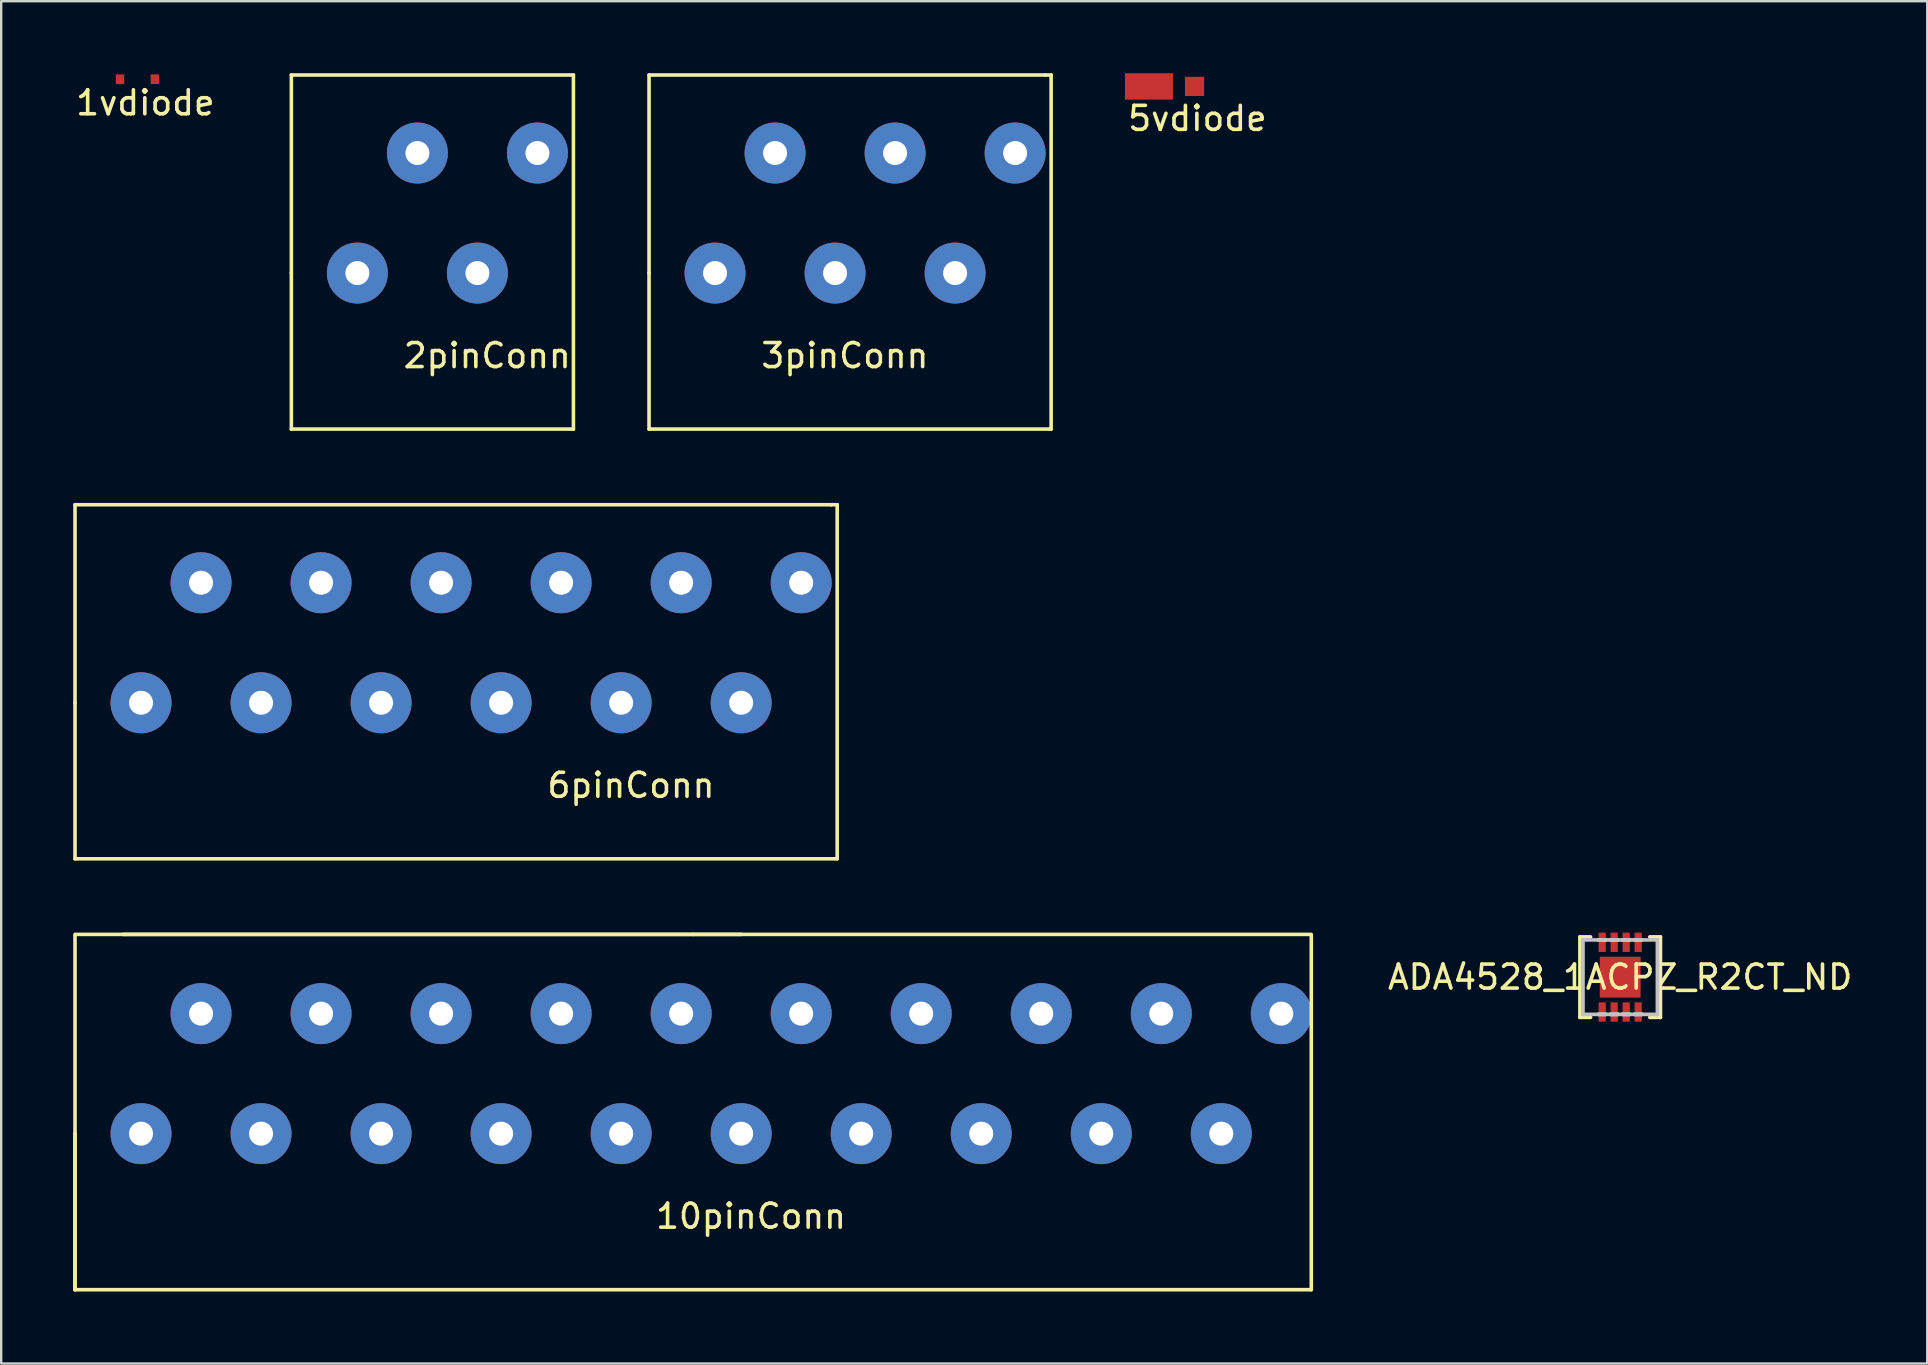
<source format=kicad_pcb>
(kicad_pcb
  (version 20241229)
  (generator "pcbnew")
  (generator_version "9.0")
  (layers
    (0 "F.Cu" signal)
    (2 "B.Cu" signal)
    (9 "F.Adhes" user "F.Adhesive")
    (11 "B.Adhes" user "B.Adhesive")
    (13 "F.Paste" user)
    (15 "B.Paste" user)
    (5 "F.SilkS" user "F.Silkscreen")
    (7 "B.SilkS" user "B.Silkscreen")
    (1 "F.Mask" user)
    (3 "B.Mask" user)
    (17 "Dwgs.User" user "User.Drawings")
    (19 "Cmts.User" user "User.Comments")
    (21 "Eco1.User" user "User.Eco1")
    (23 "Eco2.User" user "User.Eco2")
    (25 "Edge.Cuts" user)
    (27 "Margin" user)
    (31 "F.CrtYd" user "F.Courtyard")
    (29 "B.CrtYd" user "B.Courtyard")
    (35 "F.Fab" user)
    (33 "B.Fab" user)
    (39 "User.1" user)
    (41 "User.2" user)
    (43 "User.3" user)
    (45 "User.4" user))
  (footprint "3pinConn"
    (layer "F.Cu")
    (at 31.737 8.325)
    (property "Reference" "3pinConn" (at 0.41 3.44 0) (layer "F.SilkS") (effects (font (size 1 1) (thickness 0.15))))
    (attr through_hole)
    (fp_line (start -7.75 -8.25) (end 8.75 -8.25) (stroke (width 0.15) (type solid)) (layer "F.SilkS"))
    (fp_line (start -7.75 0) (end -7.75 -8.25) (stroke (width 0.15) (type solid)) (layer "F.SilkS"))
    (fp_line (start -7.75 0) (end -7.75 6.5) (stroke (width 0.15) (type solid)) (layer "F.SilkS"))
    (fp_line (start 8.75 -8.25) (end 9 -8.25) (stroke (width 0.15) (type solid)) (layer "F.SilkS"))
    (fp_line (start 9 6.5) (end -7.75 6.5) (stroke (width 0.15) (type solid)) (layer "F.SilkS"))
    (fp_line (start 9 6.5) (end 9 -8.25) (stroke (width 0.15) (type solid)) (layer "F.SilkS"))
    (pad "1" thru_hole circle (at -5 0) (size 2.54 2.54) (drill 1) (layers "*.Cu" "*.Mask"))
    (pad "1" thru_hole circle (at -2.5 -5) (size 2.54 2.54) (drill 1) (layers "*.Cu" "*.Mask"))
    (pad "2" thru_hole circle (at 0 0) (size 2.54 2.54) (drill 1) (layers "*.Cu" "*.Mask"))
    (pad "2" thru_hole circle (at 2.5 -5) (size 2.54 2.54) (drill 1) (layers "*.Cu" "*.Mask"))
    (pad "3" thru_hole circle (at 5 0) (size 2.54 2.54) (drill 1) (layers "*.Cu" "*.Mask"))
    (pad "3" thru_hole circle (at 7.5 -5) (size 2.54 2.54) (drill 1) (layers "*.Cu" "*.Mask")))
  (footprint "5vdiode"
    (layer "F.Cu")
    (at 46.712 0.55)
    (property "Reference" "5vdiode" (at 0.119 1.333 0) (layer "F.SilkS") (effects (font (size 1 1) (thickness 0.15))))
    (attr through_hole)
    (pad "1" smd rect (at 0 0) (size 0.8 0.8) (layers "F.Cu" "F.Mask" "F.Paste"))
    (pad "2" smd rect (at -1.9 0) (size 2 1.1) (layers "F.Cu" "F.Mask" "F.Paste")))
  (footprint "2pinConn"
    (layer "F.Cu")
    (at 16.837 8.325)
    (property "Reference" "2pinConn" (at 0.41 3.44 0) (layer "F.SilkS") (effects (font (size 1 1) (thickness 0.15))))
    (attr through_hole)
    (fp_line (start -7.75 -8.25) (end 4 -8.25) (stroke (width 0.15) (type solid)) (layer "F.SilkS"))
    (fp_line (start -7.75 0) (end -7.75 -8.25) (stroke (width 0.15) (type solid)) (layer "F.SilkS"))
    (fp_line (start -7.75 0) (end -7.75 6.5) (stroke (width 0.15) (type solid)) (layer "F.SilkS"))
    (fp_line (start 4 6.5) (end -7.75 6.5) (stroke (width 0.15) (type solid)) (layer "F.SilkS"))
    (fp_line (start 4 6.5) (end 4 -8.25) (stroke (width 0.15) (type solid)) (layer "F.SilkS"))
    (pad "1" thru_hole circle (at -5 0) (size 2.54 2.54) (drill 1) (layers "*.Cu" "*.Mask"))
    (pad "1" thru_hole circle (at -2.5 -5) (size 2.54 2.54) (drill 1) (layers "*.Cu" "*.Mask"))
    (pad "2" thru_hole circle (at 0 0) (size 2.54 2.54) (drill 1) (layers "*.Cu" "*.Mask"))
    (pad "2" thru_hole circle (at 2.5 -5) (size 2.54 2.54) (drill 1) (layers "*.Cu" "*.Mask")))
  (footprint "6pinConn"
    (layer "F.Cu")
    (at 22.825 26.225)
    (property "Reference" "6pinConn" (at 0.41 3.44 0) (layer "F.SilkS") (effects (font (size 1 1) (thickness 0.15))))
    (attr through_hole)
    (fp_line (start -22.75 -8.25) (end 8.75 -8.25) (stroke (width 0.15) (type solid)) (layer "F.SilkS"))
    (fp_line (start -22.75 0) (end -22.75 -8.25) (stroke (width 0.15) (type solid)) (layer "F.SilkS"))
    (fp_line (start -22.75 0) (end -22.75 6.5) (stroke (width 0.15) (type solid)) (layer "F.SilkS"))
    (fp_line (start 8.75 -8.25) (end 9 -8.25) (stroke (width 0.15) (type solid)) (layer "F.SilkS"))
    (fp_line (start 9 6.5) (end -22.75 6.5) (stroke (width 0.15) (type solid)) (layer "F.SilkS"))
    (fp_line (start 9 6.5) (end 9 -8.25) (stroke (width 0.15) (type solid)) (layer "F.SilkS"))
    (pad "1" thru_hole circle (at -20 0) (size 2.54 2.54) (drill 1) (layers "*.Cu" "*.Mask"))
    (pad "1" thru_hole circle (at -17.5 -5) (size 2.54 2.54) (drill 1) (layers "*.Cu" "*.Mask"))
    (pad "2" thru_hole circle (at -15 0) (size 2.54 2.54) (drill 1) (layers "*.Cu" "*.Mask"))
    (pad "2" thru_hole circle (at -12.5 -5) (size 2.54 2.54) (drill 1) (layers "*.Cu" "*.Mask"))
    (pad "3" thru_hole circle (at -10 0) (size 2.54 2.54) (drill 1) (layers "*.Cu" "*.Mask"))
    (pad "3" thru_hole circle (at -7.5 -5) (size 2.54 2.54) (drill 1) (layers "*.Cu" "*.Mask"))
    (pad "4" thru_hole circle (at -5 0) (size 2.54 2.54) (drill 1) (layers "*.Cu" "*.Mask"))
    (pad "4" thru_hole circle (at -2.5 -5) (size 2.54 2.54) (drill 1) (layers "*.Cu" "*.Mask"))
    (pad "5" thru_hole circle (at 0 0) (size 2.54 2.54) (drill 1) (layers "*.Cu" "*.Mask"))
    (pad "5" thru_hole circle (at 2.5 -5) (size 2.54 2.54) (drill 1) (layers "*.Cu" "*.Mask"))
    (pad "6" thru_hole circle (at 5 0) (size 2.54 2.54) (drill 1) (layers "*.Cu" "*.Mask"))
    (pad "6" thru_hole circle (at 7.5 -5) (size 2.54 2.54) (drill 1) (layers "*.Cu" "*.Mask")))
  (footprint "10pinConn"
    (layer "F.Cu")
    (at 27.825 44.175)
    (property "Reference" "10pinConn" (at 0.41 3.44 0) (layer "F.SilkS") (effects (font (size 1 1) (thickness 0.15))))
    (attr through_hole)
    (fp_line (start -27.75 0) (end -27.75 -8.25) (stroke (width 0.15) (type solid)) (layer "F.SilkS"))
    (fp_line (start -27.75 0) (end -27.75 6.5) (stroke (width 0.15) (type solid)) (layer "F.SilkS"))
    (fp_line (start -27.75 6.5) (end -27.75 0) (stroke (width 0.15) (type solid)) (layer "F.SilkS"))
    (fp_line (start -27.75 6.5) (end 23.75 6.5) (stroke (width 0.15) (type solid)) (layer "F.SilkS"))
    (fp_line (start -25.75 -8.3) (end 0 -8.3) (stroke (width 0.15) (type solid)) (layer "F.SilkS"))
    (fp_line (start -2 -8.3) (end -27.75 -8.3) (stroke (width 0.15) (type solid)) (layer "F.SilkS"))
    (fp_line (start -2 -8.3) (end 23.75 -8.3) (stroke (width 0.15) (type solid)) (layer "F.SilkS"))
    (fp_line (start 23.75 6.5) (end 23.75 -8.25) (stroke (width 0.15) (type solid)) (layer "F.SilkS"))
    (pad "1" thru_hole circle (at -25 0) (size 2.54 2.54) (drill 1) (layers "*.Cu" "*.Mask"))
    (pad "1" thru_hole circle (at -22.5 -5) (size 2.54 2.54) (drill 1) (layers "*.Cu" "*.Mask"))
    (pad "2" thru_hole circle (at -20 0) (size 2.54 2.54) (drill 1) (layers "*.Cu" "*.Mask"))
    (pad "2" thru_hole circle (at -17.5 -5) (size 2.54 2.54) (drill 1) (layers "*.Cu" "*.Mask"))
    (pad "3" thru_hole circle (at -15 0) (size 2.54 2.54) (drill 1) (layers "*.Cu" "*.Mask"))
    (pad "3" thru_hole circle (at -12.5 -5) (size 2.54 2.54) (drill 1) (layers "*.Cu" "*.Mask"))
    (pad "4" thru_hole circle (at -10 0) (size 2.54 2.54) (drill 1) (layers "*.Cu" "*.Mask"))
    (pad "4" thru_hole circle (at -7.5 -5) (size 2.54 2.54) (drill 1) (layers "*.Cu" "*.Mask"))
    (pad "5" thru_hole circle (at -5 0) (size 2.54 2.54) (drill 1) (layers "*.Cu" "*.Mask"))
    (pad "5" thru_hole circle (at -2.5 -5) (size 2.54 2.54) (drill 1) (layers "*.Cu" "*.Mask"))
    (pad "6" thru_hole circle (at 0 0) (size 2.54 2.54) (drill 1) (layers "*.Cu" "*.Mask"))
    (pad "6" thru_hole circle (at 2.5 -5) (size 2.54 2.54) (drill 1) (layers "*.Cu" "*.Mask"))
    (pad "7" thru_hole circle (at 5 0) (size 2.54 2.54) (drill 1) (layers "*.Cu" "*.Mask"))
    (pad "7" thru_hole circle (at 7.5 -5) (size 2.54 2.54) (drill 1) (layers "*.Cu" "*.Mask"))
    (pad "8" thru_hole circle (at 10 0) (size 2.54 2.54) (drill 1) (layers "*.Cu" "*.Mask"))
    (pad "8" thru_hole circle (at 12.5 -5) (size 2.54 2.54) (drill 1) (layers "*.Cu" "*.Mask"))
    (pad "9" thru_hole circle (at 15 0) (size 2.54 2.54) (drill 1) (layers "*.Cu" "*.Mask"))
    (pad "9" thru_hole circle (at 17.5 -5) (size 2.54 2.54) (drill 1) (layers "*.Cu" "*.Mask"))
    (pad "10" thru_hole circle (at 20 0) (size 2.54 2.54) (drill 1) (layers "*.Cu" "*.Mask"))
    (pad "10" thru_hole circle (at 22.5 -5) (size 2.54 2.54) (drill 1) (layers "*.Cu" "*.Mask")))
  (footprint "1vdiode"
    (layer "F.Cu")
    (at 2.676 0.25)
    (property "Reference" "1vdiode" (at 0.33 0.983 0) (layer "F.SilkS") (effects (font (size 1 1) (thickness 0.15))))
    (attr through_hole)
    (pad "1" smd rect (at 0.725 0) (size 0.35 0.4) (layers "F.Cu" "F.Mask" "F.Paste"))
    (pad "2" smd rect (at -0.725 0) (size 0.35 0.4) (layers "F.Cu" "F.Mask" "F.Paste")))
  (footprint "ADA4528_1ACPZ_R2CT_ND"
    (layer "F.Cu")
    (at 64.442 37.655)
    (property "Reference" "ADA4528_1ACPZ_R2CT_ND" (at 0 0 0) (layer "F.SilkS") (effects (font (size 1 1) (thickness 0.15))))
    (attr through_hole)
    (fp_line (start -1.677 -1.677) (end -1.677 1.677) (stroke (width 0.152) (type solid)) (layer "F.SilkS"))
    (fp_line (start -1.677 1.677) (end -1.233 1.677) (stroke (width 0.152) (type solid)) (layer "F.SilkS"))
    (fp_line (start -1.233 -1.677) (end -1.677 -1.677) (stroke (width 0.152) (type solid)) (layer "F.SilkS"))
    (fp_line (start 1.233 1.677) (end 1.677 1.677) (stroke (width 0.152) (type solid)) (layer "F.SilkS"))
    (fp_line (start 1.677 -1.677) (end 1.233 -1.677) (stroke (width 0.152) (type solid)) (layer "F.SilkS"))
    (fp_line (start 1.677 1.677) (end 1.677 -1.677) (stroke (width 0.152) (type solid)) (layer "F.SilkS"))
    (fp_line (start -1.55 -1.55) (end -1.55 1.55) (stroke (width 0.152) (type solid)) (layer "Dwgs.User"))
    (fp_line (start -1.55 1.55) (end 1.55 1.55) (stroke (width 0.152) (type solid)) (layer "Dwgs.User"))
    (fp_line (start -0.9 -1.55) (end -0.9 -1.55) (stroke (width 0.152) (type solid)) (layer "Dwgs.User"))
    (fp_line (start -0.9 -1.55) (end -0.6 -1.55) (stroke (width 0.152) (type solid)) (layer "Dwgs.User"))
    (fp_line (start -0.9 1.55) (end -0.9 1.55) (stroke (width 0.152) (type solid)) (layer "Dwgs.User"))
    (fp_line (start -0.9 1.55) (end -0.6 1.55) (stroke (width 0.152) (type solid)) (layer "Dwgs.User"))
    (fp_line (start -0.6 -1.55) (end -0.9 -1.55) (stroke (width 0.152) (type solid)) (layer "Dwgs.User"))
    (fp_line (start -0.6 -1.55) (end -0.6 -1.55) (stroke (width 0.152) (type solid)) (layer "Dwgs.User"))
    (fp_line (start -0.6 1.55) (end -0.9 1.55) (stroke (width 0.152) (type solid)) (layer "Dwgs.User"))
    (fp_line (start -0.6 1.55) (end -0.6 1.55) (stroke (width 0.152) (type solid)) (layer "Dwgs.User"))
    (fp_line (start -0.4 -1.55) (end -0.4 -1.55) (stroke (width 0.152) (type solid)) (layer "Dwgs.User"))
    (fp_line (start -0.4 -1.55) (end -0.1 -1.55) (stroke (width 0.152) (type solid)) (layer "Dwgs.User"))
    (fp_line (start -0.4 1.55) (end -0.4 1.55) (stroke (width 0.152) (type solid)) (layer "Dwgs.User"))
    (fp_line (start -0.4 1.55) (end -0.1 1.55) (stroke (width 0.152) (type solid)) (layer "Dwgs.User"))
    (fp_line (start -0.1 -1.55) (end -0.4 -1.55) (stroke (width 0.152) (type solid)) (layer "Dwgs.User"))
    (fp_line (start -0.1 -1.55) (end -0.1 -1.55) (stroke (width 0.152) (type solid)) (layer "Dwgs.User"))
    (fp_line (start -0.1 1.55) (end -0.4 1.55) (stroke (width 0.152) (type solid)) (layer "Dwgs.User"))
    (fp_line (start -0.1 1.55) (end -0.1 1.55) (stroke (width 0.152) (type solid)) (layer "Dwgs.User"))
    (fp_line (start 0.1 -1.55) (end 0.1 -1.55) (stroke (width 0.152) (type solid)) (layer "Dwgs.User"))
    (fp_line (start 0.1 -1.55) (end 0.4 -1.55) (stroke (width 0.152) (type solid)) (layer "Dwgs.User"))
    (fp_line (start 0.1 1.55) (end 0.1 1.55) (stroke (width 0.152) (type solid)) (layer "Dwgs.User"))
    (fp_line (start 0.1 1.55) (end 0.4 1.55) (stroke (width 0.152) (type solid)) (layer "Dwgs.User"))
    (fp_line (start 0.4 -1.55) (end 0.1 -1.55) (stroke (width 0.152) (type solid)) (layer "Dwgs.User"))
    (fp_line (start 0.4 -1.55) (end 0.4 -1.55) (stroke (width 0.152) (type solid)) (layer "Dwgs.User"))
    (fp_line (start 0.4 1.55) (end 0.1 1.55) (stroke (width 0.152) (type solid)) (layer "Dwgs.User"))
    (fp_line (start 0.4 1.55) (end 0.4 1.55) (stroke (width 0.152) (type solid)) (layer "Dwgs.User"))
    (fp_line (start 0.6 -1.55) (end 0.6 -1.55) (stroke (width 0.152) (type solid)) (layer "Dwgs.User"))
    (fp_line (start 0.6 -1.55) (end 0.9 -1.55) (stroke (width 0.152) (type solid)) (layer "Dwgs.User"))
    (fp_line (start 0.6 1.55) (end 0.6 1.55) (stroke (width 0.152) (type solid)) (layer "Dwgs.User"))
    (fp_line (start 0.6 1.55) (end 0.9 1.55) (stroke (width 0.152) (type solid)) (layer "Dwgs.User"))
    (fp_line (start 0.9 -1.55) (end 0.6 -1.55) (stroke (width 0.152) (type solid)) (layer "Dwgs.User"))
    (fp_line (start 0.9 -1.55) (end 0.9 -1.55) (stroke (width 0.152) (type solid)) (layer "Dwgs.User"))
    (fp_line (start 0.9 1.55) (end 0.6 1.55) (stroke (width 0.152) (type solid)) (layer "Dwgs.User"))
    (fp_line (start 0.9 1.55) (end 0.9 1.55) (stroke (width 0.152) (type solid)) (layer "Dwgs.User"))
    (fp_line (start 1.55 -1.55) (end -1.55 -1.55) (stroke (width 0.152) (type solid)) (layer "Dwgs.User"))
    (fp_line (start 1.55 1.55) (end 1.55 -1.55) (stroke (width 0.152) (type solid)) (layer "Dwgs.User"))
    (fp_text user "Copyright 2016 Accelerated Designs. All rights reserved." (at 0 0 0) (layer "Cmts.User") (effects (font (size 0.127 0.127) (thickness 0.002))))
    (pad "" smd rect (at 0 0) (size 0.025 0.025) (layers "F.Paste"))
    (pad "1" smd rect (at 0.75 -1.452) (size 0.3 0.805) (layers "F.Cu"))
    (pad "2" smd rect (at 0.25 -1.452) (size 0.3 0.805) (layers "F.Cu"))
    (pad "3" smd rect (at -0.25 -1.452) (size 0.3 0.805) (layers "F.Cu"))
    (pad "4" smd rect (at -0.75 -1.452) (size 0.3 0.805) (layers "F.Cu"))
    (pad "5" smd rect (at -0.75 1.452) (size 0.3 0.805) (layers "F.Cu"))
    (pad "6" smd rect (at -0.25 1.452) (size 0.3 0.805) (layers "F.Cu"))
    (pad "7" smd rect (at 0.25 1.452) (size 0.3 0.805) (layers "F.Cu"))
    (pad "8" smd rect (at 0.75 1.452) (size 0.3 0.805) (layers "F.Cu"))
    (pad "HTAB" smd rect (at 0 0) (size 1.7 1.7) (layers "F.Cu")))
  (gr_rect
    (start -3 -3)
    (end 77.233 53.75)
    (stroke (width 0.1) (type default))
    (fill no)
    (layer "Edge.Cuts")))
</source>
